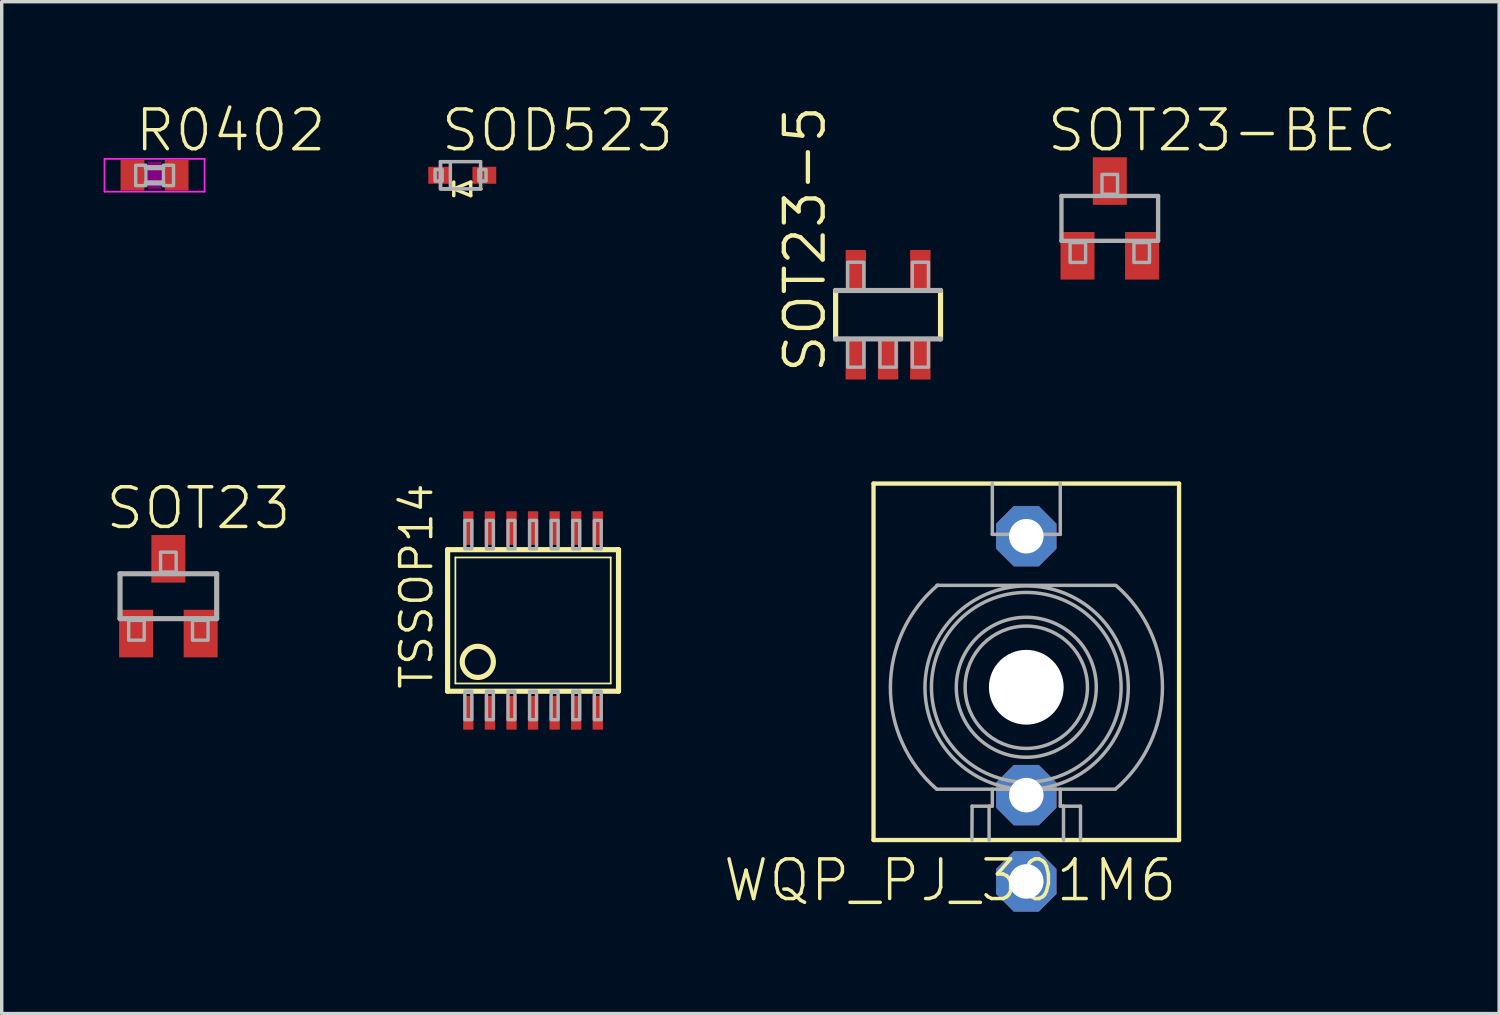
<source format=kicad_pcb>
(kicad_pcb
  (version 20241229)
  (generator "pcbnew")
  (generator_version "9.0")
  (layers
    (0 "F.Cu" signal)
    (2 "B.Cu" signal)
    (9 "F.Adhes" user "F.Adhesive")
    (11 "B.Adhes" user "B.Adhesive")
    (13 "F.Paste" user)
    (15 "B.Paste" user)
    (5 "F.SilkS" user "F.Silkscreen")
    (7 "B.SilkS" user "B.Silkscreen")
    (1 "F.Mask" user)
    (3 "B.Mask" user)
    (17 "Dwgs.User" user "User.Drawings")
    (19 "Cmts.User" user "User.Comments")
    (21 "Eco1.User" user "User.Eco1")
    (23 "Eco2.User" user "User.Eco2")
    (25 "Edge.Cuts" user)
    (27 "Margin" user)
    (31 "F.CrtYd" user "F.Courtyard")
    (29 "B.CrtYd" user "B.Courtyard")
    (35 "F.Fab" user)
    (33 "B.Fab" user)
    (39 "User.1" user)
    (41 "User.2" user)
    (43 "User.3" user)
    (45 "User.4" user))
  (footprint "R0402"
    (layer "F.Cu")
    (at 1.498 2.108)
    (property "Reference" "R0402" (at -0.635 -0.635 0) (layer "F.SilkS") (effects (font (size 1.168 1.168) (thickness 0.102)) (justify left bottom)))
    (fp_poly (pts (xy -0.2 0.4) (xy 0.2 0.4) (xy 0.2 -0.4) (xy -0.2 -0.4)) (stroke (width 0) (type solid)) (fill yes) (layer "F.Adhes"))
    (fp_line (start -1.473 -0.483) (end 1.473 -0.483) (stroke (width 0.051) (type solid)) (layer "F.CrtYd"))
    (fp_line (start -1.473 0.483) (end -1.473 -0.483) (stroke (width 0.051) (type solid)) (layer "F.CrtYd"))
    (fp_line (start 1.473 -0.483) (end 1.473 0.483) (stroke (width 0.051) (type solid)) (layer "F.CrtYd"))
    (fp_line (start 1.473 0.483) (end -1.473 0.483) (stroke (width 0.051) (type solid)) (layer "F.CrtYd"))
    (fp_line (start -0.245 -0.224) (end 0.245 -0.224) (stroke (width 0.152) (type solid)) (layer "F.Fab"))
    (fp_line (start 0.245 0.224) (end -0.245 0.224) (stroke (width 0.152) (type solid)) (layer "F.Fab"))
    (fp_poly (pts (xy -0.554 0.305) (xy -0.254 0.305) (xy -0.254 -0.295) (xy -0.554 -0.295)) (stroke (width 0.1) (type solid)) (fill no) (layer "F.Fab"))
    (fp_poly (pts (xy 0.259 0.305) (xy 0.559 0.305) (xy 0.559 -0.295) (xy 0.259 -0.295)) (stroke (width 0.1) (type solid)) (fill no) (layer "F.Fab"))
    (pad "1" smd rect (at -0.65 0) (size 0.7 0.9) (layers "F.Cu" "F.Mask" "F.Paste"))
    (pad "2" smd rect (at 0.65 0) (size 0.7 0.9) (layers "F.Cu" "F.Mask" "F.Paste")))
  (footprint "SOT23-BEC"
    (layer "F.Cu")
    (at 29.611 3.378)
    (property "Reference" "SOT23-BEC" (at -1.905 -1.905 0) (layer "F.SilkS") (effects (font (size 1.168 1.168) (thickness 0.102)) (justify left bottom)))
    (fp_line (start -1.422 -0.66) (end 1.422 -0.66) (stroke (width 0.127) (type solid)) (layer "F.Fab"))
    (fp_line (start -1.422 0.66) (end -1.422 -0.66) (stroke (width 0.127) (type solid)) (layer "F.Fab"))
    (fp_line (start 1.422 -0.66) (end 1.422 0.66) (stroke (width 0.127) (type solid)) (layer "F.Fab"))
    (fp_line (start 1.422 0.66) (end -1.422 0.66) (stroke (width 0.127) (type solid)) (layer "F.Fab"))
    (fp_poly (pts (xy -1.168 1.295) (xy -0.711 1.295) (xy -0.711 0.711) (xy -1.168 0.711)) (stroke (width 0.1) (type solid)) (fill no) (layer "F.Fab"))
    (fp_poly (pts (xy -0.229 -0.711) (xy 0.229 -0.711) (xy 0.229 -1.295) (xy -0.229 -1.295)) (stroke (width 0.1) (type solid)) (fill no) (layer "F.Fab"))
    (fp_poly (pts (xy 0.711 1.295) (xy 1.168 1.295) (xy 1.168 0.711) (xy 0.711 0.711)) (stroke (width 0.1) (type solid)) (fill no) (layer "F.Fab"))
    (pad "B" smd rect (at -0.95 1.1) (size 1 1.4) (layers "F.Cu" "F.Mask" "F.Paste"))
    (pad "C" smd rect (at 0 -1.1) (size 1 1.4) (layers "F.Cu" "F.Mask" "F.Paste"))
    (pad "E" smd rect (at 0.95 1.1) (size 1 1.4) (layers "F.Cu" "F.Mask" "F.Paste")))
  (footprint "WQP_PJ_301M6"
    (layer "F.Cu")
    (at 27.154 17.176)
    (property "Reference" "WQP_PJ_301M6" (at 4.5 5 0) (layer "F.SilkS") (effects (font (size 1.168 1.168) (thickness 0.102)) (justify right top)))
    (fp_line (start -4.496 -5.994) (end 4.496 -5.994) (stroke (width 0.127) (type solid)) (layer "F.SilkS"))
    (fp_line (start -4.496 4.496) (end -4.496 -5.994) (stroke (width 0.127) (type solid)) (layer "F.SilkS"))
    (fp_line (start 4.496 -5.994) (end 4.496 4.496) (stroke (width 0.127) (type solid)) (layer "F.SilkS"))
    (fp_line (start 4.496 4.496) (end -4.496 4.496) (stroke (width 0.127) (type solid)) (layer "F.SilkS"))
    (fp_line (start -2.631 -3) (end 2.62 -3) (stroke (width 0.102) (type solid)) (layer "F.Fab"))
    (fp_line (start -2.631 3) (end 2.62 3) (stroke (width 0.102) (type solid)) (layer "F.Fab"))
    (fp_line (start -1.6 4.496) (end -1.595 3.5) (stroke (width 0.102) (type solid)) (layer "F.Fab"))
    (fp_line (start -1.595 3.5) (end -1.095 3.5) (stroke (width 0.102) (type solid)) (layer "F.Fab"))
    (fp_line (start -1.095 3.5) (end -1.095 4.5) (stroke (width 0.102) (type solid)) (layer "F.Fab"))
    (fp_line (start -1.095 3.5) (end -1 3.5) (stroke (width 0.102) (type solid)) (layer "F.Fab"))
    (fp_line (start -1 -4.5) (end -1 -6) (stroke (width 0.102) (type solid)) (layer "F.Fab"))
    (fp_line (start -1 0) (end 1 0) (stroke (width 0.102) (type solid)) (layer "F.Fab"))
    (fp_line (start -1 3.5) (end -1 3) (stroke (width 0.102) (type solid)) (layer "F.Fab"))
    (fp_line (start 0 -1) (end 0 1) (stroke (width 0.102) (type solid)) (layer "F.Fab"))
    (fp_line (start 1 -6) (end 1 -4.5) (stroke (width 0.102) (type solid)) (layer "F.Fab"))
    (fp_line (start 1 -4.5) (end -1 -4.5) (stroke (width 0.102) (type solid)) (layer "F.Fab"))
    (fp_line (start 1 3) (end 1 3.5) (stroke (width 0.102) (type solid)) (layer "F.Fab"))
    (fp_line (start 1 3.5) (end 1.095 3.5) (stroke (width 0.102) (type solid)) (layer "F.Fab"))
    (fp_line (start 1.095 3.5) (end 1.095 4.5) (stroke (width 0.102) (type solid)) (layer "F.Fab"))
    (fp_line (start 1.095 3.5) (end 1.595 3.5) (stroke (width 0.102) (type solid)) (layer "F.Fab"))
    (fp_line (start 1.595 3.5) (end 1.595 4.5) (stroke (width 0.102) (type solid)) (layer "F.Fab"))
    (fp_arc (start -2.641998 2.994) (mid -3.999529 -0.012791) (end -2.608 -3.004) (stroke (width 0.1016) (type solid)) (layer "F.Fab"))
    (fp_arc (start 2.642 -2.994) (mid 4.007235 0.003208) (end 2.628 2.994) (stroke (width 0.1016) (type solid)) (layer "F.Fab"))
    (fp_circle (center 0 0) (end 1.8 0) (stroke (width 0.102) (type solid)) (fill no) (layer "F.Fab"))
    (fp_circle (center 0 0) (end 2.06 0) (stroke (width 0.102) (type solid)) (fill no) (layer "F.Fab"))
    (fp_circle (center 0 0) (end 2.791 0) (stroke (width 0.102) (type solid)) (fill no) (layer "F.Fab"))
    (fp_circle (center 0.01 0.01) (end 3.002 0.01) (stroke (width 0.102) (type solid)) (fill no) (layer "F.Fab"))
    (pad "" np_thru_hole circle (at 0 0) (size 2.2 2.2) (drill 2.2) (layers "*.Cu" "*.Mask"))
    (pad "P1" thru_hole roundrect (at 0 5.715) (size 1.778 1.778) (drill 1.016) (layers "*.Cu" "*.Mask") (roundrect_rratio 0.25) (chamfer_ratio 0.293) (chamfer top_left top_right bottom_left bottom_right))
    (pad "P2" thru_hole roundrect (at 0 3.175) (size 1.778 1.778) (drill 1.016) (layers "*.Cu" "*.Mask") (roundrect_rratio 0.25) (chamfer_ratio 0.293) (chamfer top_left top_right bottom_left bottom_right))
    (pad "P3" thru_hole roundrect (at 0 -4.445) (size 1.778 1.778) (drill 1.016) (layers "*.Cu" "*.Mask") (roundrect_rratio 0.25) (chamfer_ratio 0.293) (chamfer top_left top_right bottom_left bottom_right)))
  (footprint "SOT23-5"
    (layer "F.Cu")
    (at 23.086 6.212)
    (property "Reference" "SOT23-5" (at -1.778 1.778 90) (layer "F.SilkS") (effects (font (size 1.143 1.143) (thickness 0.127)) (justify left bottom)))
    (fp_line (start -1.544 0.712) (end -1.544 -0.713) (stroke (width 0.152) (type solid)) (layer "F.SilkS"))
    (fp_line (start 1.544 -0.713) (end 1.544 0.712) (stroke (width 0.152) (type solid)) (layer "F.SilkS"))
    (fp_line (start -1.544 -0.713) (end 1.544 -0.713) (stroke (width 0.152) (type solid)) (layer "F.Fab"))
    (fp_line (start 1.544 0.712) (end -1.544 0.712) (stroke (width 0.152) (type solid)) (layer "F.Fab"))
    (fp_poly (pts (xy -1.188 -0.713) (xy -0.713 -0.713) (xy -0.713 -1.544) (xy -1.188 -1.544)) (stroke (width 0.1) (type solid)) (fill no) (layer "F.Fab"))
    (fp_poly (pts (xy -1.188 1.544) (xy -0.713 1.544) (xy -0.713 0.712) (xy -1.188 0.712)) (stroke (width 0.1) (type solid)) (fill no) (layer "F.Fab"))
    (fp_poly (pts (xy -0.237 1.544) (xy 0.237 1.544) (xy 0.237 0.712) (xy -0.237 0.712)) (stroke (width 0.1) (type solid)) (fill no) (layer "F.Fab"))
    (fp_poly (pts (xy 0.713 -0.713) (xy 1.188 -0.713) (xy 1.188 -1.544) (xy 0.713 -1.544)) (stroke (width 0.1) (type solid)) (fill no) (layer "F.Fab"))
    (fp_poly (pts (xy 0.713 1.544) (xy 1.188 1.544) (xy 1.188 0.712) (xy 0.713 0.712)) (stroke (width 0.1) (type solid)) (fill no) (layer "F.Fab"))
    (pad "1" smd rect (at -0.95 1.306) (size 0.6 1.2) (layers "F.Cu" "F.Mask" "F.Paste"))
    (pad "2" smd rect (at 0 1.306) (size 0.6 1.2) (layers "F.Cu" "F.Mask" "F.Paste"))
    (pad "3" smd rect (at 0.95 1.306) (size 0.6 1.2) (layers "F.Cu" "F.Mask" "F.Paste"))
    (pad "4" smd rect (at 0.95 -1.306) (size 0.6 1.2) (layers "F.Cu" "F.Mask" "F.Paste"))
    (pad "5" smd rect (at -0.95 -1.306) (size 0.6 1.2) (layers "F.Cu" "F.Mask" "F.Paste")))
  (footprint "TSSOP14"
    (layer "F.Cu")
    (at 12.638 15.21)
    (property "Reference" "TSSOP14" (at -2.896 2.083 90) (layer "F.SilkS") (effects (font (size 0.914 0.914) (thickness 0.102)) (justify left bottom)))
    (fp_line (start -2.515 2.083) (end -2.515 -2.083) (stroke (width 0.152) (type solid)) (layer "F.SilkS"))
    (fp_line (start -2.515 2.083) (end 2.515 2.083) (stroke (width 0.152) (type solid)) (layer "F.SilkS"))
    (fp_line (start -2.286 1.854) (end -2.286 -1.854) (stroke (width 0.051) (type solid)) (layer "F.SilkS"))
    (fp_line (start -2.286 1.854) (end 2.286 1.854) (stroke (width 0.051) (type solid)) (layer "F.SilkS"))
    (fp_line (start 2.286 -1.854) (end -2.286 -1.854) (stroke (width 0.051) (type solid)) (layer "F.SilkS"))
    (fp_line (start 2.286 -1.854) (end 2.286 1.854) (stroke (width 0.051) (type solid)) (layer "F.SilkS"))
    (fp_line (start 2.515 -2.083) (end -2.515 -2.083) (stroke (width 0.152) (type solid)) (layer "F.SilkS"))
    (fp_line (start 2.515 -2.083) (end 2.515 2.083) (stroke (width 0.152) (type solid)) (layer "F.SilkS"))
    (fp_circle (center -1.626 1.219) (end -1.168 1.219) (stroke (width 0.152) (type solid)) (fill no) (layer "F.SilkS"))
    (fp_poly (pts (xy -2.007 -2.108) (xy -1.803 -2.108) (xy -1.803 -2.946) (xy -2.007 -2.946)) (stroke (width 0.1) (type solid)) (fill no) (layer "F.Fab"))
    (fp_poly (pts (xy -2.007 2.921) (xy -1.803 2.921) (xy -1.803 2.083) (xy -2.007 2.083)) (stroke (width 0.1) (type solid)) (fill no) (layer "F.Fab"))
    (fp_poly (pts (xy -1.372 -2.108) (xy -1.168 -2.108) (xy -1.168 -2.946) (xy -1.372 -2.946)) (stroke (width 0.1) (type solid)) (fill no) (layer "F.Fab"))
    (fp_poly (pts (xy -1.372 2.921) (xy -1.168 2.921) (xy -1.168 2.083) (xy -1.372 2.083)) (stroke (width 0.1) (type solid)) (fill no) (layer "F.Fab"))
    (fp_poly (pts (xy -0.737 -2.108) (xy -0.533 -2.108) (xy -0.533 -2.946) (xy -0.737 -2.946)) (stroke (width 0.1) (type solid)) (fill no) (layer "F.Fab"))
    (fp_poly (pts (xy -0.737 2.921) (xy -0.533 2.921) (xy -0.533 2.083) (xy -0.737 2.083)) (stroke (width 0.1) (type solid)) (fill no) (layer "F.Fab"))
    (fp_poly (pts (xy -0.102 -2.108) (xy 0.102 -2.108) (xy 0.102 -2.946) (xy -0.102 -2.946)) (stroke (width 0.1) (type solid)) (fill no) (layer "F.Fab"))
    (fp_poly (pts (xy -0.102 2.921) (xy 0.102 2.921) (xy 0.102 2.083) (xy -0.102 2.083)) (stroke (width 0.1) (type solid)) (fill no) (layer "F.Fab"))
    (fp_poly (pts (xy 0.533 -2.108) (xy 0.737 -2.108) (xy 0.737 -2.946) (xy 0.533 -2.946)) (stroke (width 0.1) (type solid)) (fill no) (layer "F.Fab"))
    (fp_poly (pts (xy 0.533 2.921) (xy 0.737 2.921) (xy 0.737 2.083) (xy 0.533 2.083)) (stroke (width 0.1) (type solid)) (fill no) (layer "F.Fab"))
    (fp_poly (pts (xy 1.168 -2.108) (xy 1.372 -2.108) (xy 1.372 -2.946) (xy 1.168 -2.946)) (stroke (width 0.1) (type solid)) (fill no) (layer "F.Fab"))
    (fp_poly (pts (xy 1.168 2.921) (xy 1.372 2.921) (xy 1.372 2.083) (xy 1.168 2.083)) (stroke (width 0.1) (type solid)) (fill no) (layer "F.Fab"))
    (fp_poly (pts (xy 1.803 -2.108) (xy 2.007 -2.108) (xy 2.007 -2.946) (xy 1.803 -2.946)) (stroke (width 0.1) (type solid)) (fill no) (layer "F.Fab"))
    (fp_poly (pts (xy 1.803 2.921) (xy 2.007 2.921) (xy 2.007 2.083) (xy 1.803 2.083)) (stroke (width 0.1) (type solid)) (fill no) (layer "F.Fab"))
    (pad "1" smd rect (at -1.905 2.718) (size 0.305 0.991) (layers "F.Cu" "F.Mask" "F.Paste"))
    (pad "2" smd rect (at -1.27 2.718) (size 0.305 0.991) (layers "F.Cu" "F.Mask" "F.Paste"))
    (pad "3" smd rect (at -0.635 2.718) (size 0.305 0.991) (layers "F.Cu" "F.Mask" "F.Paste"))
    (pad "4" smd rect (at 0 2.718) (size 0.305 0.991) (layers "F.Cu" "F.Mask" "F.Paste"))
    (pad "5" smd rect (at 0.635 2.718) (size 0.305 0.991) (layers "F.Cu" "F.Mask" "F.Paste"))
    (pad "6" smd rect (at 1.27 2.718) (size 0.305 0.991) (layers "F.Cu" "F.Mask" "F.Paste"))
    (pad "7" smd rect (at 1.905 2.718) (size 0.305 0.991) (layers "F.Cu" "F.Mask" "F.Paste"))
    (pad "8" smd rect (at 1.905 -2.718) (size 0.305 0.991) (layers "F.Cu" "F.Mask" "F.Paste"))
    (pad "9" smd rect (at 1.27 -2.718) (size 0.305 0.991) (layers "F.Cu" "F.Mask" "F.Paste"))
    (pad "10" smd rect (at 0.635 -2.718) (size 0.305 0.991) (layers "F.Cu" "F.Mask" "F.Paste"))
    (pad "11" smd rect (at 0 -2.718) (size 0.305 0.991) (layers "F.Cu" "F.Mask" "F.Paste"))
    (pad "12" smd rect (at -0.635 -2.718) (size 0.305 0.991) (layers "F.Cu" "F.Mask" "F.Paste"))
    (pad "13" smd rect (at -1.27 -2.718) (size 0.305 0.991) (layers "F.Cu" "F.Mask" "F.Paste"))
    (pad "14" smd rect (at -1.905 -2.718) (size 0.305 0.991) (layers "F.Cu" "F.Mask" "F.Paste")))
  (footprint "SOT23"
    (layer "F.Cu")
    (at 1.905 14.496)
    (property "Reference" "SOT23" (at -1.905 -1.905 0) (layer "F.SilkS") (effects (font (size 1.168 1.168) (thickness 0.102)) (justify left bottom)))
    (fp_line (start -1.422 -0.66) (end 1.422 -0.66) (stroke (width 0.152) (type solid)) (layer "F.Fab"))
    (fp_line (start -1.422 0.66) (end -1.422 -0.66) (stroke (width 0.152) (type solid)) (layer "F.Fab"))
    (fp_line (start 1.422 -0.66) (end 1.422 0.66) (stroke (width 0.152) (type solid)) (layer "F.Fab"))
    (fp_line (start 1.422 0.66) (end -1.422 0.66) (stroke (width 0.152) (type solid)) (layer "F.Fab"))
    (fp_poly (pts (xy -1.168 1.295) (xy -0.711 1.295) (xy -0.711 0.711) (xy -1.168 0.711)) (stroke (width 0.1) (type solid)) (fill no) (layer "F.Fab"))
    (fp_poly (pts (xy -0.229 -0.711) (xy 0.229 -0.711) (xy 0.229 -1.295) (xy -0.229 -1.295)) (stroke (width 0.1) (type solid)) (fill no) (layer "F.Fab"))
    (fp_poly (pts (xy 0.711 1.295) (xy 1.168 1.295) (xy 1.168 0.711) (xy 0.711 0.711)) (stroke (width 0.1) (type solid)) (fill no) (layer "F.Fab"))
    (pad "1" smd rect (at -0.95 1.1) (size 1 1.4) (layers "F.Cu" "F.Mask" "F.Paste"))
    (pad "2" smd rect (at 0.95 1.1) (size 1 1.4) (layers "F.Cu" "F.Mask" "F.Paste"))
    (pad "3" smd rect (at 0 -1.1) (size 1 1.4) (layers "F.Cu" "F.Mask" "F.Paste")))
  (footprint "SOD523"
    (layer "F.Cu")
    (at 10.504 2.108)
    (property "Reference" "SOD523" (at -0.635 -0.635 0) (layer "F.SilkS") (effects (font (size 1.168 1.168) (thickness 0.102)) (justify left bottom)))
    (fp_line (start -0.2 0.2) (end -0.2 0.6) (stroke (width 0.1) (type default)) (layer "F.SilkS"))
    (fp_line (start -0.2 0.4) (end -0.5 0.4) (stroke (width 0.1) (type default)) (layer "F.SilkS"))
    (fp_line (start -0.2 0.4) (end 0.3 0.2) (stroke (width 0.1) (type default)) (layer "F.SilkS"))
    (fp_line (start 0.3 0.2) (end 0.3 0.6) (stroke (width 0.1) (type default)) (layer "F.SilkS"))
    (fp_line (start 0.3 0.4) (end 0.6 0.4) (stroke (width 0.1) (type default)) (layer "F.SilkS"))
    (fp_line (start 0.3 0.6) (end -0.2 0.4) (stroke (width 0.1) (type default)) (layer "F.SilkS"))
    (fp_line (start -0.59 -0.4) (end 0.59 -0.4) (stroke (width 0.102) (type solid)) (layer "F.Fab"))
    (fp_line (start -0.59 0.4) (end -0.59 -0.4) (stroke (width 0.102) (type solid)) (layer "F.Fab"))
    (fp_line (start 0.59 -0.4) (end 0.59 0.4) (stroke (width 0.102) (type solid)) (layer "F.Fab"))
    (fp_line (start 0.59 0.4) (end -0.59 0.4) (stroke (width 0.102) (type solid)) (layer "F.Fab"))
    (fp_poly (pts (xy -0.75 0.17) (xy -0.54 0.17) (xy -0.54 -0.17) (xy -0.75 -0.17)) (stroke (width 0.1) (type solid)) (fill no) (layer "F.Fab"))
    (fp_poly (pts (xy -0.59 0.4) (xy -0.3 0.4) (xy -0.3 -0.4) (xy -0.59 -0.4)) (stroke (width 0.1) (type solid)) (fill no) (layer "F.Fab"))
    (fp_poly (pts (xy 0.54 0.17) (xy 0.75 0.17) (xy 0.75 -0.17) (xy 0.54 -0.17)) (stroke (width 0.1) (type solid)) (fill no) (layer "F.Fab"))
    (pad "A" smd rect (at 0.7 0) (size 0.7 0.5) (layers "F.Cu" "F.Mask" "F.Paste"))
    (pad "C" smd rect (at -0.6 0) (size 0.7 0.5) (layers "F.Cu" "F.Mask" "F.Paste")))
  (gr_rect
    (start -3 -3)
    (end 41.07 26.78)
    (stroke (width 0.1) (type default))
    (fill no)
    (layer "Edge.Cuts")))
</source>
